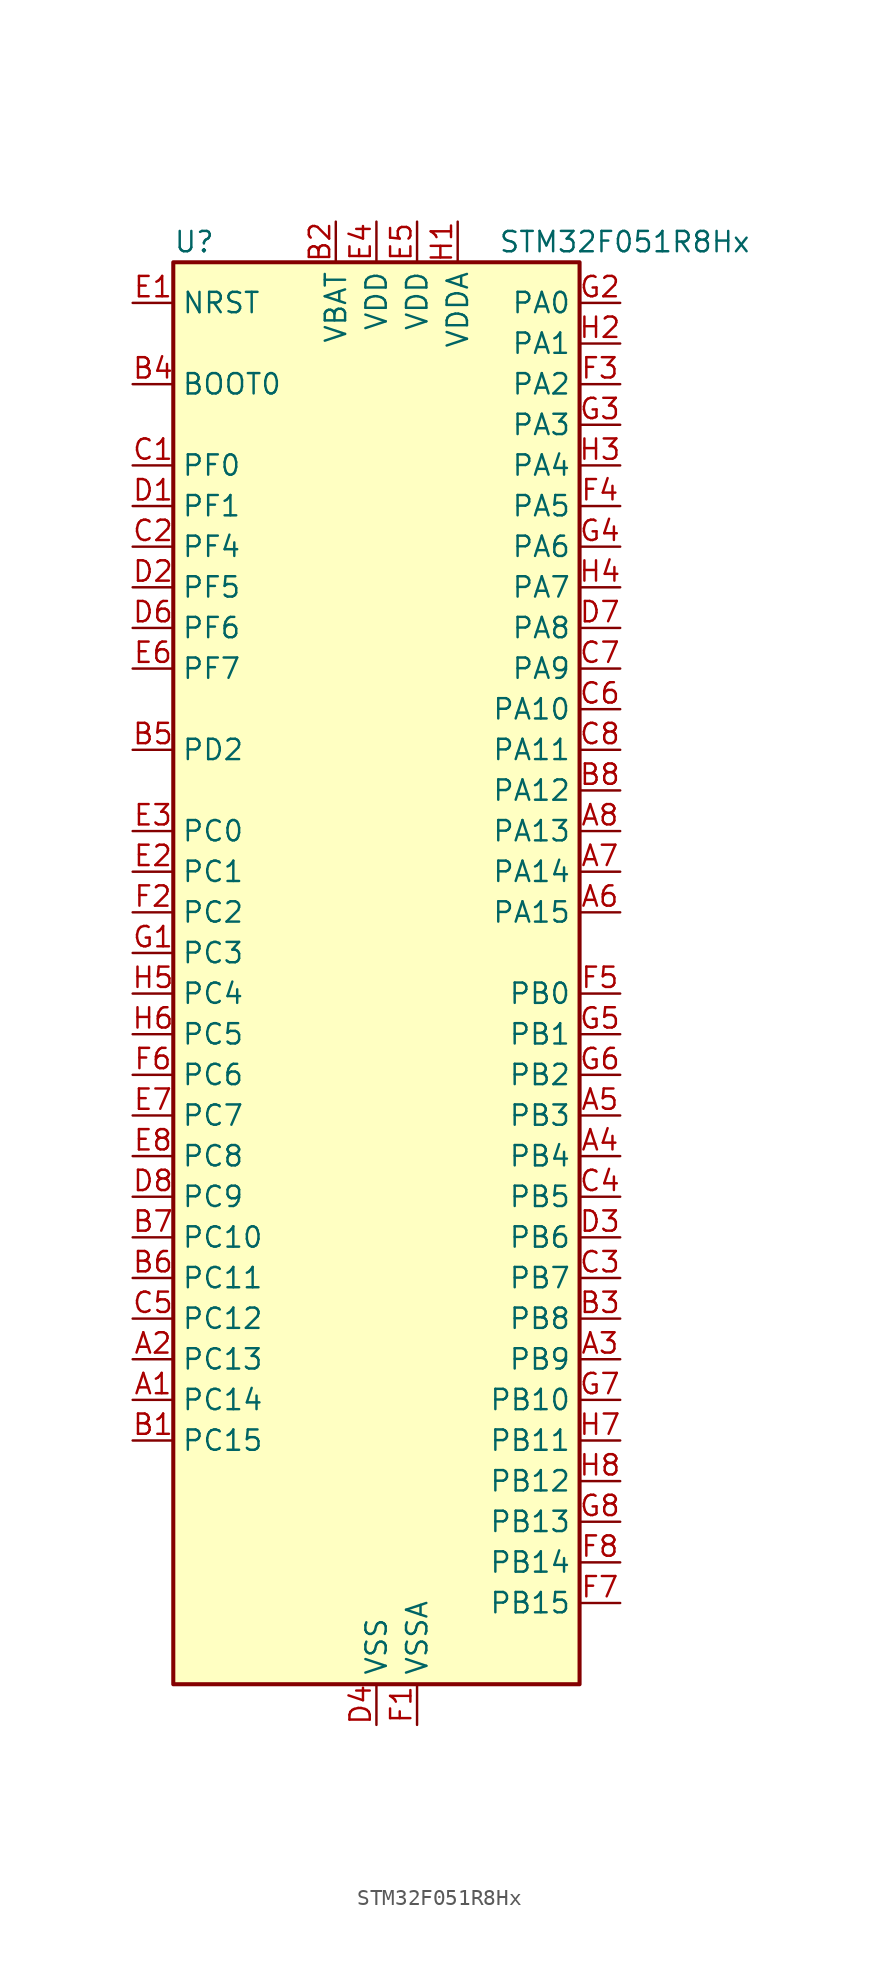
<source format=kicad_sym>
(kicad_symbol_lib
  (version 20231120)
  (generator "kicad_symbol_editor")
  (generator_version "8.0")
  (symbol "STM32F051R8Hx"
    (property "Reference" "U"
      (at -12.7 46.99 0)
      (effects (font (size 1.27 1.27)) (justify left)))
    (property "Value" "STM32F051R8Hx"
      (at 7.62 46.99 0)
      (effects (font (size 1.27 1.27)) (justify left)))
    (property "ki_locked" ""
      (at 0 0 0)
      (effects (font (size 1.27 1.27))))
    (symbol "STM32F051R8Hx_0_1"
      (rectangle (start -12.7 -43.18) (end 12.7 45.72) (stroke (width 0.254) (type default)) (fill (type background))))
    (symbol "STM32F051R8Hx_1_1"
      (pin bidirectional line (at -15.24 -25.4 0) (length 2.54) (name "PC14" (effects (font (size 1.27 1.27)))) (number "A1" (effects (font (size 1.27 1.27)))) (alternate "RCC_OSC32_IN" bidirectional line))
      (pin bidirectional line (at -15.24 -22.86 0) (length 2.54) (name "PC13" (effects (font (size 1.27 1.27)))) (number "A2" (effects (font (size 1.27 1.27)))) (alternate "RTC_OUT_ALARM" bidirectional line) (alternate "RTC_OUT_CALIB" bidirectional line) (alternate "RTC_TAMP1" bidirectional line) (alternate "RTC_TS" bidirectional line) (alternate "SYS_WKUP2" bidirectional line))
      (pin bidirectional line (at 15.24 -22.86 180) (length 2.54) (name "PB9" (effects (font (size 1.27 1.27)))) (number "A3" (effects (font (size 1.27 1.27)))) (alternate "DAC1_EXTI9" bidirectional line) (alternate "I2C1_SDA" bidirectional line) (alternate "IR_OUT" bidirectional line) (alternate "TIM17_CH1" bidirectional line))
      (pin bidirectional line (at 15.24 -10.16 180) (length 2.54) (name "PB4" (effects (font (size 1.27 1.27)))) (number "A4" (effects (font (size 1.27 1.27)))) (alternate "I2S1_MCK" bidirectional line) (alternate "SPI1_MISO" bidirectional line) (alternate "TIM3_CH1" bidirectional line) (alternate "TSC_G5_IO2" bidirectional line))
      (pin bidirectional line (at 15.24 -7.62 180) (length 2.54) (name "PB3" (effects (font (size 1.27 1.27)))) (number "A5" (effects (font (size 1.27 1.27)))) (alternate "I2S1_CK" bidirectional line) (alternate "SPI1_SCK" bidirectional line) (alternate "TIM2_CH2" bidirectional line) (alternate "TSC_G5_IO1" bidirectional line))
      (pin bidirectional line (at 15.24 5.08 180) (length 2.54) (name "PA15" (effects (font (size 1.27 1.27)))) (number "A6" (effects (font (size 1.27 1.27)))) (alternate "I2S1_WS" bidirectional line) (alternate "SPI1_NSS" bidirectional line) (alternate "TIM2_CH1" bidirectional line) (alternate "TIM2_ETR" bidirectional line) (alternate "USART2_RX" bidirectional line))
      (pin bidirectional line (at 15.24 7.62 180) (length 2.54) (name "PA14" (effects (font (size 1.27 1.27)))) (number "A7" (effects (font (size 1.27 1.27)))) (alternate "SYS_SWCLK" bidirectional line) (alternate "USART2_TX" bidirectional line))
      (pin bidirectional line (at 15.24 10.16 180) (length 2.54) (name "PA13" (effects (font (size 1.27 1.27)))) (number "A8" (effects (font (size 1.27 1.27)))) (alternate "IR_OUT" bidirectional line) (alternate "SYS_SWDIO" bidirectional line))
      (pin bidirectional line (at -15.24 -27.94 0) (length 2.54) (name "PC15" (effects (font (size 1.27 1.27)))) (number "B1" (effects (font (size 1.27 1.27)))) (alternate "RCC_OSC32_OUT" bidirectional line))
      (pin power_in line (at -2.54 48.26 270) (length 2.54) (name "VBAT" (effects (font (size 1.27 1.27)))) (number "B2" (effects (font (size 1.27 1.27)))))
      (pin bidirectional line (at 15.24 -20.32 180) (length 2.54) (name "PB8" (effects (font (size 1.27 1.27)))) (number "B3" (effects (font (size 1.27 1.27)))) (alternate "CEC" bidirectional line) (alternate "I2C1_SCL" bidirectional line) (alternate "TIM16_CH1" bidirectional line) (alternate "TSC_SYNC" bidirectional line))
      (pin input line (at -15.24 38.1 0) (length 2.54) (name "BOOT0" (effects (font (size 1.27 1.27)))) (number "B4" (effects (font (size 1.27 1.27)))))
      (pin bidirectional line (at -15.24 15.24 0) (length 2.54) (name "PD2" (effects (font (size 1.27 1.27)))) (number "B5" (effects (font (size 1.27 1.27)))) (alternate "TIM3_ETR" bidirectional line))
      (pin bidirectional line (at -15.24 -17.78 0) (length 2.54) (name "PC11" (effects (font (size 1.27 1.27)))) (number "B6" (effects (font (size 1.27 1.27)))))
      (pin bidirectional line (at -15.24 -15.24 0) (length 2.54) (name "PC10" (effects (font (size 1.27 1.27)))) (number "B7" (effects (font (size 1.27 1.27)))))
      (pin bidirectional line (at 15.24 12.7 180) (length 2.54) (name "PA12" (effects (font (size 1.27 1.27)))) (number "B8" (effects (font (size 1.27 1.27)))) (alternate "COMP2_OUT" bidirectional line) (alternate "TIM1_ETR" bidirectional line) (alternate "TSC_G4_IO4" bidirectional line) (alternate "USART1_DE" bidirectional line) (alternate "USART1_RTS" bidirectional line))
      (pin bidirectional line (at -15.24 33.02 0) (length 2.54) (name "PF0" (effects (font (size 1.27 1.27)))) (number "C1" (effects (font (size 1.27 1.27)))) (alternate "RCC_OSC_IN" bidirectional line))
      (pin bidirectional line (at -15.24 27.94 0) (length 2.54) (name "PF4" (effects (font (size 1.27 1.27)))) (number "C2" (effects (font (size 1.27 1.27)))))
      (pin bidirectional line (at 15.24 -17.78 180) (length 2.54) (name "PB7" (effects (font (size 1.27 1.27)))) (number "C3" (effects (font (size 1.27 1.27)))) (alternate "I2C1_SDA" bidirectional line) (alternate "TIM17_CH1N" bidirectional line) (alternate "TSC_G5_IO4" bidirectional line) (alternate "USART1_RX" bidirectional line))
      (pin bidirectional line (at 15.24 -12.7 180) (length 2.54) (name "PB5" (effects (font (size 1.27 1.27)))) (number "C4" (effects (font (size 1.27 1.27)))) (alternate "I2C1_SMBA" bidirectional line) (alternate "I2S1_SD" bidirectional line) (alternate "SPI1_MOSI" bidirectional line) (alternate "TIM16_BKIN" bidirectional line) (alternate "TIM3_CH2" bidirectional line))
      (pin bidirectional line (at -15.24 -20.32 0) (length 2.54) (name "PC12" (effects (font (size 1.27 1.27)))) (number "C5" (effects (font (size 1.27 1.27)))))
      (pin bidirectional line (at 15.24 17.78 180) (length 2.54) (name "PA10" (effects (font (size 1.27 1.27)))) (number "C6" (effects (font (size 1.27 1.27)))) (alternate "TIM17_BKIN" bidirectional line) (alternate "TIM1_CH3" bidirectional line) (alternate "TSC_G4_IO2" bidirectional line) (alternate "USART1_RX" bidirectional line))
      (pin bidirectional line (at 15.24 20.32 180) (length 2.54) (name "PA9" (effects (font (size 1.27 1.27)))) (number "C7" (effects (font (size 1.27 1.27)))) (alternate "DAC1_EXTI9" bidirectional line) (alternate "TIM15_BKIN" bidirectional line) (alternate "TIM1_CH2" bidirectional line) (alternate "TSC_G4_IO1" bidirectional line) (alternate "USART1_TX" bidirectional line))
      (pin bidirectional line (at 15.24 15.24 180) (length 2.54) (name "PA11" (effects (font (size 1.27 1.27)))) (number "C8" (effects (font (size 1.27 1.27)))) (alternate "COMP1_OUT" bidirectional line) (alternate "TIM1_CH4" bidirectional line) (alternate "TSC_G4_IO3" bidirectional line) (alternate "USART1_CTS" bidirectional line))
      (pin bidirectional line (at -15.24 30.48 0) (length 2.54) (name "PF1" (effects (font (size 1.27 1.27)))) (number "D1" (effects (font (size 1.27 1.27)))) (alternate "RCC_OSC_OUT" bidirectional line))
      (pin bidirectional line (at -15.24 25.4 0) (length 2.54) (name "PF5" (effects (font (size 1.27 1.27)))) (number "D2" (effects (font (size 1.27 1.27)))))
      (pin bidirectional line (at 15.24 -15.24 180) (length 2.54) (name "PB6" (effects (font (size 1.27 1.27)))) (number "D3" (effects (font (size 1.27 1.27)))) (alternate "I2C1_SCL" bidirectional line) (alternate "TIM16_CH1N" bidirectional line) (alternate "TSC_G5_IO3" bidirectional line) (alternate "USART1_TX" bidirectional line))
      (pin power_in line (at 0 -45.72 90) (length 2.54) (name "VSS" (effects (font (size 1.27 1.27)))) (number "D4" (effects (font (size 1.27 1.27)))))
      (pin passive line (at 0 -45.72 90) (length 2.54) hide (name "VSS" (effects (font (size 1.27 1.27)))) (number "D5" (effects (font (size 1.27 1.27)))))
      (pin bidirectional line (at -15.24 22.86 0) (length 2.54) (name "PF6" (effects (font (size 1.27 1.27)))) (number "D6" (effects (font (size 1.27 1.27)))) (alternate "I2C2_SCL" bidirectional line))
      (pin bidirectional line (at 15.24 22.86 180) (length 2.54) (name "PA8" (effects (font (size 1.27 1.27)))) (number "D7" (effects (font (size 1.27 1.27)))) (alternate "RCC_MCO" bidirectional line) (alternate "TIM1_CH1" bidirectional line) (alternate "USART1_CK" bidirectional line))
      (pin bidirectional line (at -15.24 -12.7 0) (length 2.54) (name "PC9" (effects (font (size 1.27 1.27)))) (number "D8" (effects (font (size 1.27 1.27)))) (alternate "DAC1_EXTI9" bidirectional line) (alternate "TIM3_CH4" bidirectional line))
      (pin input line (at -15.24 43.18 0) (length 2.54) (name "NRST" (effects (font (size 1.27 1.27)))) (number "E1" (effects (font (size 1.27 1.27)))))
      (pin bidirectional line (at -15.24 7.62 0) (length 2.54) (name "PC1" (effects (font (size 1.27 1.27)))) (number "E2" (effects (font (size 1.27 1.27)))) (alternate "ADC_IN11" bidirectional line))
      (pin bidirectional line (at -15.24 10.16 0) (length 2.54) (name "PC0" (effects (font (size 1.27 1.27)))) (number "E3" (effects (font (size 1.27 1.27)))) (alternate "ADC_IN10" bidirectional line))
      (pin power_in line (at 0 48.26 270) (length 2.54) (name "VDD" (effects (font (size 1.27 1.27)))) (number "E4" (effects (font (size 1.27 1.27)))))
      (pin power_in line (at 2.54 48.26 270) (length 2.54) (name "VDD" (effects (font (size 1.27 1.27)))) (number "E5" (effects (font (size 1.27 1.27)))))
      (pin bidirectional line (at -15.24 20.32 0) (length 2.54) (name "PF7" (effects (font (size 1.27 1.27)))) (number "E6" (effects (font (size 1.27 1.27)))) (alternate "I2C2_SDA" bidirectional line))
      (pin bidirectional line (at -15.24 -7.62 0) (length 2.54) (name "PC7" (effects (font (size 1.27 1.27)))) (number "E7" (effects (font (size 1.27 1.27)))) (alternate "TIM3_CH2" bidirectional line))
      (pin bidirectional line (at -15.24 -10.16 0) (length 2.54) (name "PC8" (effects (font (size 1.27 1.27)))) (number "E8" (effects (font (size 1.27 1.27)))) (alternate "TIM3_CH3" bidirectional line))
      (pin power_in line (at 2.54 -45.72 90) (length 2.54) (name "VSSA" (effects (font (size 1.27 1.27)))) (number "F1" (effects (font (size 1.27 1.27)))))
      (pin bidirectional line (at -15.24 5.08 0) (length 2.54) (name "PC2" (effects (font (size 1.27 1.27)))) (number "F2" (effects (font (size 1.27 1.27)))) (alternate "ADC_IN12" bidirectional line))
      (pin bidirectional line (at 15.24 38.1 180) (length 2.54) (name "PA2" (effects (font (size 1.27 1.27)))) (number "F3" (effects (font (size 1.27 1.27)))) (alternate "ADC_IN2" bidirectional line) (alternate "COMP2_INM" bidirectional line) (alternate "COMP2_OUT" bidirectional line) (alternate "TIM15_CH1" bidirectional line) (alternate "TIM2_CH3" bidirectional line) (alternate "TSC_G1_IO3" bidirectional line) (alternate "USART2_TX" bidirectional line))
      (pin bidirectional line (at 15.24 30.48 180) (length 2.54) (name "PA5" (effects (font (size 1.27 1.27)))) (number "F4" (effects (font (size 1.27 1.27)))) (alternate "ADC_IN5" bidirectional line) (alternate "CEC" bidirectional line) (alternate "COMP1_INM" bidirectional line) (alternate "COMP2_INM" bidirectional line) (alternate "I2S1_CK" bidirectional line) (alternate "SPI1_SCK" bidirectional line) (alternate "TIM2_CH1" bidirectional line) (alternate "TIM2_ETR" bidirectional line) (alternate "TSC_G2_IO2" bidirectional line))
      (pin bidirectional line (at 15.24 0 180) (length 2.54) (name "PB0" (effects (font (size 1.27 1.27)))) (number "F5" (effects (font (size 1.27 1.27)))) (alternate "ADC_IN8" bidirectional line) (alternate "TIM1_CH2N" bidirectional line) (alternate "TIM3_CH3" bidirectional line) (alternate "TSC_G3_IO2" bidirectional line))
      (pin bidirectional line (at -15.24 -5.08 0) (length 2.54) (name "PC6" (effects (font (size 1.27 1.27)))) (number "F6" (effects (font (size 1.27 1.27)))) (alternate "TIM3_CH1" bidirectional line))
      (pin bidirectional line (at 15.24 -38.1 180) (length 2.54) (name "PB15" (effects (font (size 1.27 1.27)))) (number "F7" (effects (font (size 1.27 1.27)))) (alternate "RTC_REFIN" bidirectional line) (alternate "SPI2_MOSI" bidirectional line) (alternate "TIM15_CH1N" bidirectional line) (alternate "TIM15_CH2" bidirectional line) (alternate "TIM1_CH3N" bidirectional line))
      (pin bidirectional line (at 15.24 -35.56 180) (length 2.54) (name "PB14" (effects (font (size 1.27 1.27)))) (number "F8" (effects (font (size 1.27 1.27)))) (alternate "SPI2_MISO" bidirectional line) (alternate "TIM15_CH1" bidirectional line) (alternate "TIM1_CH2N" bidirectional line) (alternate "TSC_G6_IO4" bidirectional line))
      (pin bidirectional line (at -15.24 2.54 0) (length 2.54) (name "PC3" (effects (font (size 1.27 1.27)))) (number "G1" (effects (font (size 1.27 1.27)))) (alternate "ADC_IN13" bidirectional line))
      (pin bidirectional line (at 15.24 43.18 180) (length 2.54) (name "PA0" (effects (font (size 1.27 1.27)))) (number "G2" (effects (font (size 1.27 1.27)))) (alternate "ADC_IN0" bidirectional line) (alternate "COMP1_INM" bidirectional line) (alternate "COMP1_OUT" bidirectional line) (alternate "RTC_TAMP2" bidirectional line) (alternate "SYS_WKUP1" bidirectional line) (alternate "TIM2_CH1" bidirectional line) (alternate "TIM2_ETR" bidirectional line) (alternate "TSC_G1_IO1" bidirectional line) (alternate "USART2_CTS" bidirectional line))
      (pin bidirectional line (at 15.24 35.56 180) (length 2.54) (name "PA3" (effects (font (size 1.27 1.27)))) (number "G3" (effects (font (size 1.27 1.27)))) (alternate "ADC_IN3" bidirectional line) (alternate "COMP2_INP" bidirectional line) (alternate "TIM15_CH2" bidirectional line) (alternate "TIM2_CH4" bidirectional line) (alternate "TSC_G1_IO4" bidirectional line) (alternate "USART2_RX" bidirectional line))
      (pin bidirectional line (at 15.24 27.94 180) (length 2.54) (name "PA6" (effects (font (size 1.27 1.27)))) (number "G4" (effects (font (size 1.27 1.27)))) (alternate "ADC_IN6" bidirectional line) (alternate "COMP1_OUT" bidirectional line) (alternate "I2S1_MCK" bidirectional line) (alternate "SPI1_MISO" bidirectional line) (alternate "TIM16_CH1" bidirectional line) (alternate "TIM1_BKIN" bidirectional line) (alternate "TIM3_CH1" bidirectional line) (alternate "TSC_G2_IO3" bidirectional line))
      (pin bidirectional line (at 15.24 -2.54 180) (length 2.54) (name "PB1" (effects (font (size 1.27 1.27)))) (number "G5" (effects (font (size 1.27 1.27)))) (alternate "ADC_IN9" bidirectional line) (alternate "TIM14_CH1" bidirectional line) (alternate "TIM1_CH3N" bidirectional line) (alternate "TIM3_CH4" bidirectional line) (alternate "TSC_G3_IO3" bidirectional line))
      (pin bidirectional line (at 15.24 -5.08 180) (length 2.54) (name "PB2" (effects (font (size 1.27 1.27)))) (number "G6" (effects (font (size 1.27 1.27)))) (alternate "TSC_G3_IO4" bidirectional line))
      (pin bidirectional line (at 15.24 -25.4 180) (length 2.54) (name "PB10" (effects (font (size 1.27 1.27)))) (number "G7" (effects (font (size 1.27 1.27)))) (alternate "CEC" bidirectional line) (alternate "I2C2_SCL" bidirectional line) (alternate "TIM2_CH3" bidirectional line) (alternate "TSC_SYNC" bidirectional line))
      (pin bidirectional line (at 15.24 -33.02 180) (length 2.54) (name "PB13" (effects (font (size 1.27 1.27)))) (number "G8" (effects (font (size 1.27 1.27)))) (alternate "SPI2_SCK" bidirectional line) (alternate "TIM1_CH1N" bidirectional line) (alternate "TSC_G6_IO3" bidirectional line))
      (pin power_in line (at 5.08 48.26 270) (length 2.54) (name "VDDA" (effects (font (size 1.27 1.27)))) (number "H1" (effects (font (size 1.27 1.27)))))
      (pin bidirectional line (at 15.24 40.64 180) (length 2.54) (name "PA1" (effects (font (size 1.27 1.27)))) (number "H2" (effects (font (size 1.27 1.27)))) (alternate "ADC_IN1" bidirectional line) (alternate "COMP1_INP" bidirectional line) (alternate "TIM2_CH2" bidirectional line) (alternate "TSC_G1_IO2" bidirectional line) (alternate "USART2_DE" bidirectional line) (alternate "USART2_RTS" bidirectional line))
      (pin bidirectional line (at 15.24 33.02 180) (length 2.54) (name "PA4" (effects (font (size 1.27 1.27)))) (number "H3" (effects (font (size 1.27 1.27)))) (alternate "ADC_IN4" bidirectional line) (alternate "COMP1_INM" bidirectional line) (alternate "COMP2_INM" bidirectional line) (alternate "DAC1_OUT1" bidirectional line) (alternate "I2S1_WS" bidirectional line) (alternate "SPI1_NSS" bidirectional line) (alternate "TIM14_CH1" bidirectional line) (alternate "TSC_G2_IO1" bidirectional line) (alternate "USART2_CK" bidirectional line))
      (pin bidirectional line (at 15.24 25.4 180) (length 2.54) (name "PA7" (effects (font (size 1.27 1.27)))) (number "H4" (effects (font (size 1.27 1.27)))) (alternate "ADC_IN7" bidirectional line) (alternate "COMP2_OUT" bidirectional line) (alternate "I2S1_SD" bidirectional line) (alternate "SPI1_MOSI" bidirectional line) (alternate "TIM14_CH1" bidirectional line) (alternate "TIM17_CH1" bidirectional line) (alternate "TIM1_CH1N" bidirectional line) (alternate "TIM3_CH2" bidirectional line) (alternate "TSC_G2_IO4" bidirectional line))
      (pin bidirectional line (at -15.24 0 0) (length 2.54) (name "PC4" (effects (font (size 1.27 1.27)))) (number "H5" (effects (font (size 1.27 1.27)))) (alternate "ADC_IN14" bidirectional line))
      (pin bidirectional line (at -15.24 -2.54 0) (length 2.54) (name "PC5" (effects (font (size 1.27 1.27)))) (number "H6" (effects (font (size 1.27 1.27)))) (alternate "ADC_IN15" bidirectional line) (alternate "TSC_G3_IO1" bidirectional line))
      (pin bidirectional line (at 15.24 -27.94 180) (length 2.54) (name "PB11" (effects (font (size 1.27 1.27)))) (number "H7" (effects (font (size 1.27 1.27)))) (alternate "I2C2_SDA" bidirectional line) (alternate "TIM2_CH4" bidirectional line) (alternate "TSC_G6_IO1" bidirectional line))
      (pin bidirectional line (at 15.24 -30.48 180) (length 2.54) (name "PB12" (effects (font (size 1.27 1.27)))) (number "H8" (effects (font (size 1.27 1.27)))) (alternate "SPI2_NSS" bidirectional line) (alternate "TIM1_BKIN" bidirectional line) (alternate "TSC_G6_IO2" bidirectional line)))))
</source>
